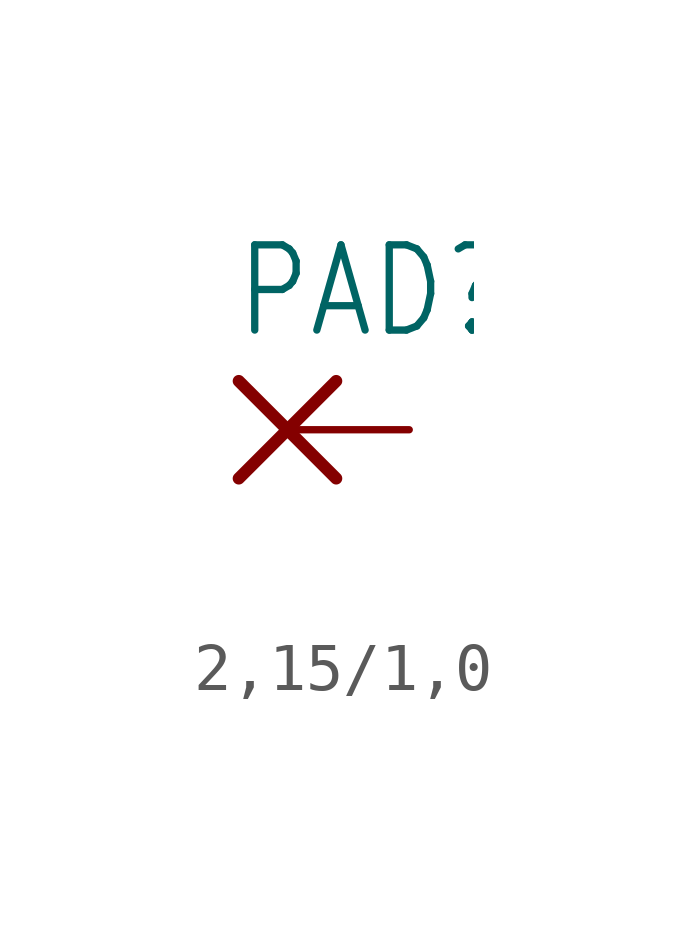
<source format=kicad_sym>
(kicad_symbol_lib
  (version 20231120)
  (generator "kicad_symbol_editor")
  (generator_version "8.0")
  (symbol "2,15/1,0"
    (property "Reference" "PAD"
      (at -1.143 1.854 0)
      (effects (font (size 1.778 1.511)) (justify left bottom)))
    (property "Value" ""
      (at -1.143 -3.302 0)
      (effects (font (size 1.778 1.511)) (justify left bottom)))
    (property "ki_locked" ""
      (at 0 0 0)
      (effects (font (size 1.27 1.27))))
    (symbol "2,15/1,0_1_0"
      (polyline (pts (xy -1.016 -1.016) (xy 1.016 1.016)) (stroke (width 0.254) (type solid)) (fill (type none)))
      (polyline (pts (xy -1.016 1.016) (xy 1.016 -1.016)) (stroke (width 0.254) (type solid)) (fill (type none)))
      (pin passive line (at 2.54 0 180) (length 2.54) (name "P" (effects (font (size 0 0)))) (number "1" (effects (font (size 0 0))))))))
</source>
